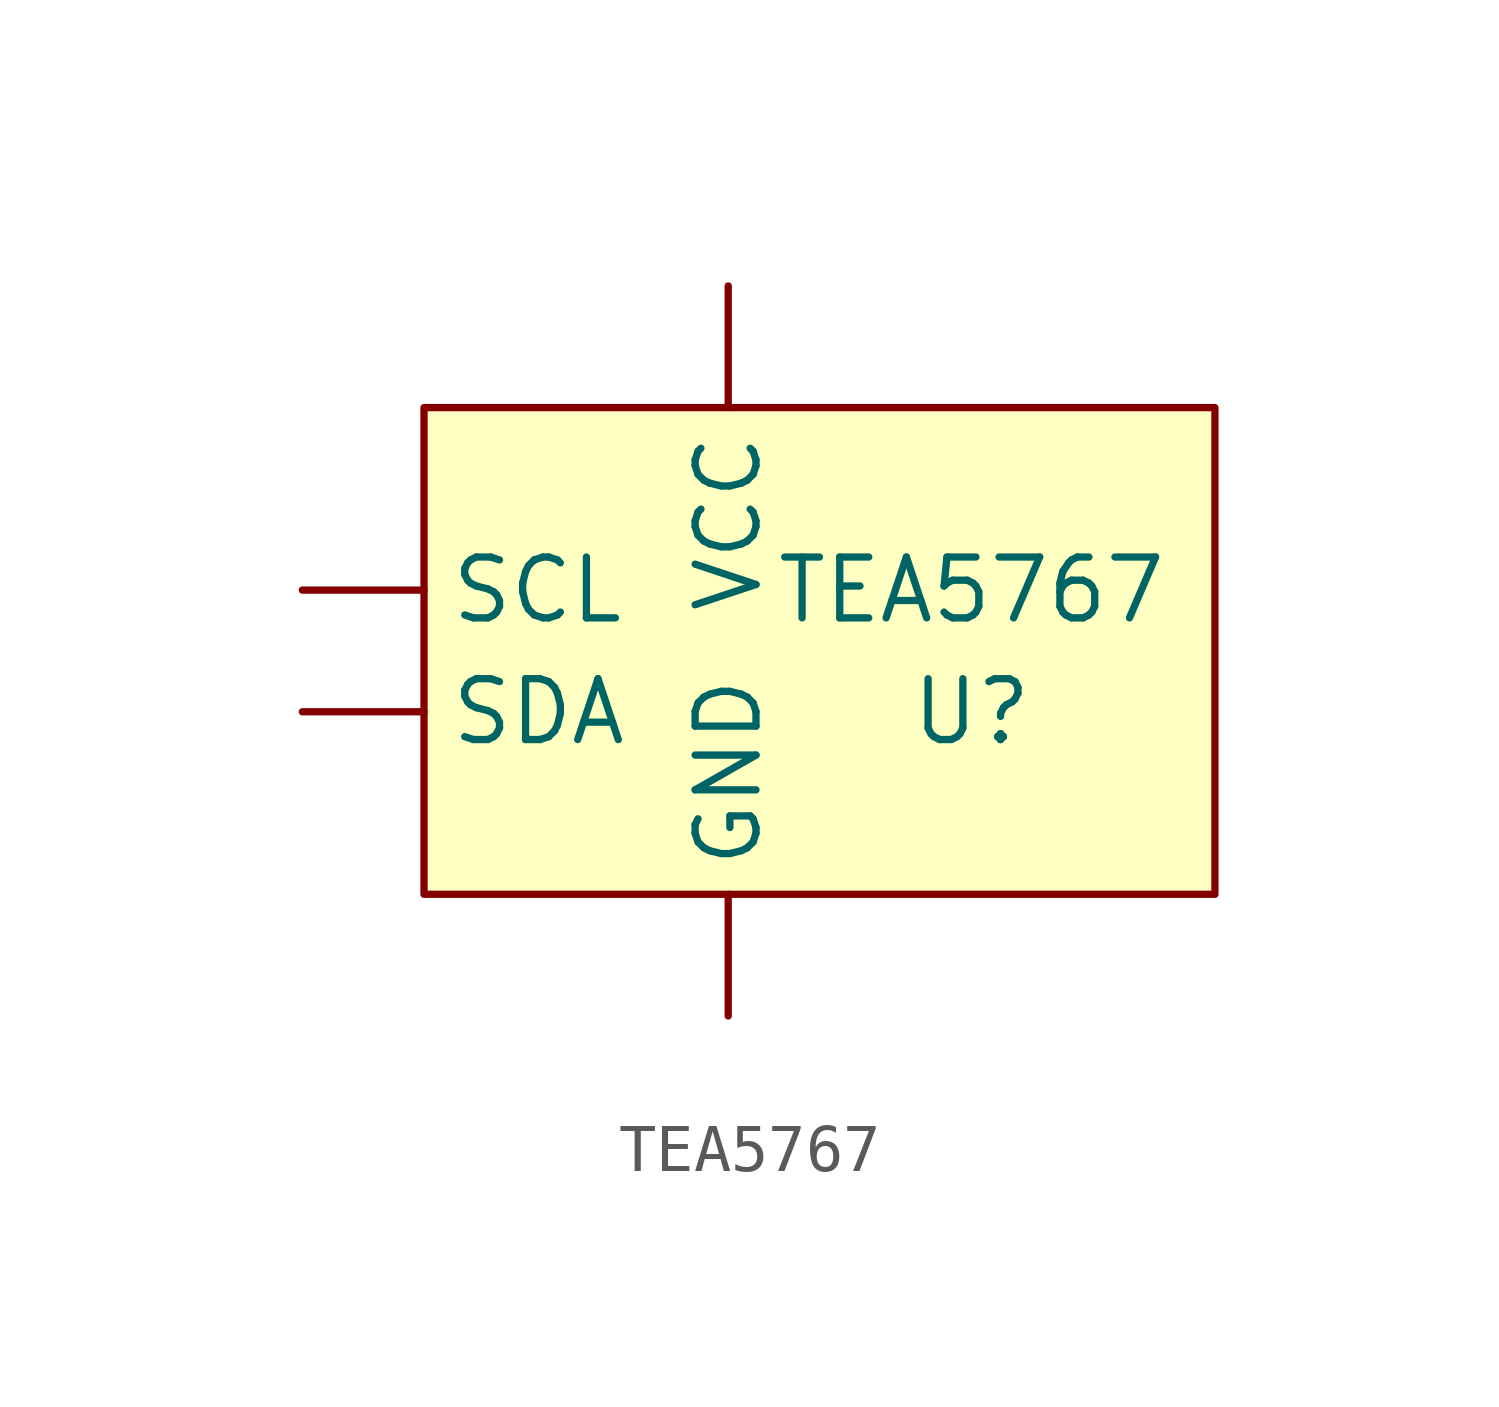
<source format=kicad_sym>
(kicad_symbol_lib
  (version 20211014)
  (generator kicad_symbol_editor)
  (symbol "TEA5767"
    (property "Reference" "U"
      (at 3.81 -1.27 0)
      (effects (font (size 1.27 1.27))))
    (property "Value" "TEA5767"
      (at 3.81 1.27 0)
      (effects (font (size 1.27 1.27))))
    (symbol "TEA5767_0_1"
      (rectangle (start -7.62 5.08) (end 8.89 -5.08) (stroke (width 0) (type default) (color 0 0 0 0)) (fill (type background))))
    (symbol "TEA5767_1_1"
      (pin bidirectional line (at -1.27 -7.62 90) (length 2.54) (name "GND" (effects (font (size 1.27 1.27)))) (number "" (effects (font (size 1.27 1.27)))))
      (pin input line (at -10.16 1.27 0) (length 2.54) (name "SCL" (effects (font (size 1.27 1.27)))) (number "" (effects (font (size 1.27 1.27)))))
      (pin input line (at -10.16 -1.27 0) (length 2.54) (name "SDA" (effects (font (size 1.27 1.27)))) (number "" (effects (font (size 1.27 1.27)))))
      (pin bidirectional line (at -1.27 7.62 270) (length 2.54) (name "VCC" (effects (font (size 1.27 1.27)))) (number "" (effects (font (size 1.27 1.27))))))))
</source>
